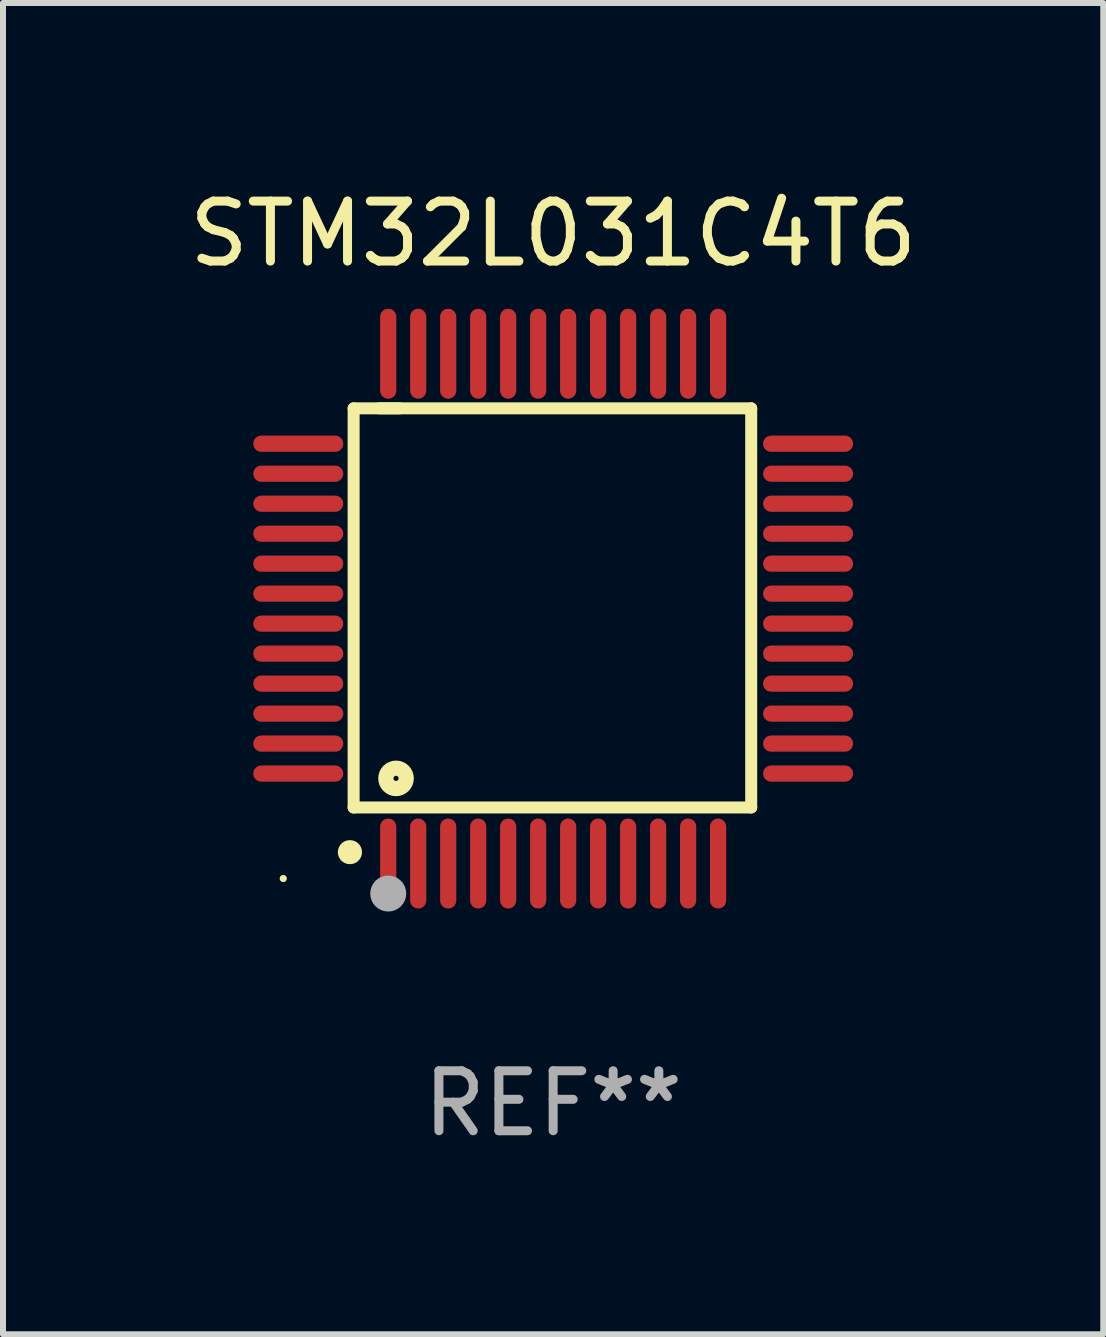
<source format=kicad_pcb>
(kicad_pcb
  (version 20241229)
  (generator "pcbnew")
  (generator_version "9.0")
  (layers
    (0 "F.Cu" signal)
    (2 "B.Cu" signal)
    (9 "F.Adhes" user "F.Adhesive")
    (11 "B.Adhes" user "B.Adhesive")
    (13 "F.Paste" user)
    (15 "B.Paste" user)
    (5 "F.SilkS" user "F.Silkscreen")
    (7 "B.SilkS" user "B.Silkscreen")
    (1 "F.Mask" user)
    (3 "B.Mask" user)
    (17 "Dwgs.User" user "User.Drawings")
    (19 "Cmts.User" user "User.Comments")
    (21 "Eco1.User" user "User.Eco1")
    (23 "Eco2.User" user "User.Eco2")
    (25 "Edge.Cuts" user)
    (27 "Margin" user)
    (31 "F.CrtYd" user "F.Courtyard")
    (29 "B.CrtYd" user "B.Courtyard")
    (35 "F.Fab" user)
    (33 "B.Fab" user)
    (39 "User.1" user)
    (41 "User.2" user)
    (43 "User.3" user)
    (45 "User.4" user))
  (footprint "STM32L031C4T6"
    (layer "F.Cu")
    (at 6.173 7.098)
    (property "Reference" "STM32L031C4T6" (at 0 -6.25 0) (layer "F.SilkS") (effects (font (size 1 1) (thickness 0.15))))
    (attr through_hole)
    (fp_line (start -3.327 -3.34) (end -2.565 -3.34) (stroke (width 0.2) (type solid)) (layer "F.SilkS"))
    (fp_line (start -3.327 3.315) (end -3.327 -3.34) (stroke (width 0.2) (type solid)) (layer "F.SilkS"))
    (fp_line (start -2.896 -3.34) (end 3.302 -3.34) (stroke (width 0.2) (type solid)) (layer "F.SilkS"))
    (fp_line (start 3.302 -3.34) (end 3.302 3.315) (stroke (width 0.2) (type solid)) (layer "F.SilkS"))
    (fp_line (start 3.302 3.315) (end -3.327 3.315) (stroke (width 0.2) (type solid)) (layer "F.SilkS"))
    (fp_arc (start -3.389992 4.059995) (mid -3.388722 4.059991) (end -3.387452 4.059995) (stroke (width 0.4) (type solid)) (layer "F.SilkS"))
    (fp_circle (center -4.5 4.5) (end -4.47 4.5) (stroke (width 0.06) (type solid)) (fill no) (layer "F.SilkS"))
    (fp_circle (center -2.62 2.83) (end -2.45 2.83) (stroke (width 0.254) (type solid)) (fill no) (layer "F.SilkS"))
    (fp_circle (center -2.75 4.75) (end -2.6 4.75) (stroke (width 0.3) (type solid)) (fill no) (layer "F.Fab"))
    (fp_text user "REF**" (at 0 8.25 0) (layer "F.Fab") (effects (font (size 1 1) (thickness 0.15))))
    (pad "1" smd oval (at -2.75 4.25) (size 0.27 1.5) (layers "F.Cu" "F.Mask" "F.Paste"))
    (pad "2" smd oval (at -2.25 4.25) (size 0.27 1.5) (layers "F.Cu" "F.Mask" "F.Paste"))
    (pad "3" smd oval (at -1.75 4.25) (size 0.27 1.5) (layers "F.Cu" "F.Mask" "F.Paste"))
    (pad "4" smd oval (at -1.25 4.25) (size 0.27 1.5) (layers "F.Cu" "F.Mask" "F.Paste"))
    (pad "5" smd oval (at -0.75 4.25) (size 0.27 1.5) (layers "F.Cu" "F.Mask" "F.Paste"))
    (pad "6" smd oval (at -0.25 4.25) (size 0.27 1.5) (layers "F.Cu" "F.Mask" "F.Paste"))
    (pad "7" smd oval (at 0.25 4.25) (size 0.27 1.5) (layers "F.Cu" "F.Mask" "F.Paste"))
    (pad "8" smd oval (at 0.75 4.25) (size 0.27 1.5) (layers "F.Cu" "F.Mask" "F.Paste"))
    (pad "9" smd oval (at 1.25 4.25) (size 0.27 1.5) (layers "F.Cu" "F.Mask" "F.Paste"))
    (pad "10" smd oval (at 1.75 4.25) (size 0.27 1.5) (layers "F.Cu" "F.Mask" "F.Paste"))
    (pad "11" smd oval (at 2.25 4.25) (size 0.27 1.5) (layers "F.Cu" "F.Mask" "F.Paste"))
    (pad "12" smd oval (at 2.75 4.25) (size 0.27 1.5) (layers "F.Cu" "F.Mask" "F.Paste"))
    (pad "13" smd oval (at 4.25 2.75) (size 1.5 0.27) (layers "F.Cu" "F.Mask" "F.Paste"))
    (pad "14" smd oval (at 4.25 2.25) (size 1.5 0.27) (layers "F.Cu" "F.Mask" "F.Paste"))
    (pad "15" smd oval (at 4.25 1.75) (size 1.5 0.27) (layers "F.Cu" "F.Mask" "F.Paste"))
    (pad "16" smd oval (at 4.25 1.25) (size 1.5 0.27) (layers "F.Cu" "F.Mask" "F.Paste"))
    (pad "17" smd oval (at 4.25 0.75) (size 1.5 0.27) (layers "F.Cu" "F.Mask" "F.Paste"))
    (pad "18" smd oval (at 4.25 0.25) (size 1.5 0.27) (layers "F.Cu" "F.Mask" "F.Paste"))
    (pad "19" smd oval (at 4.25 -0.25) (size 1.5 0.27) (layers "F.Cu" "F.Mask" "F.Paste"))
    (pad "20" smd oval (at 4.25 -0.75) (size 1.5 0.27) (layers "F.Cu" "F.Mask" "F.Paste"))
    (pad "21" smd oval (at 4.25 -1.25) (size 1.5 0.27) (layers "F.Cu" "F.Mask" "F.Paste"))
    (pad "22" smd oval (at 4.25 -1.75) (size 1.5 0.27) (layers "F.Cu" "F.Mask" "F.Paste"))
    (pad "23" smd oval (at 4.25 -2.25) (size 1.5 0.27) (layers "F.Cu" "F.Mask" "F.Paste"))
    (pad "24" smd oval (at 4.25 -2.75) (size 1.5 0.27) (layers "F.Cu" "F.Mask" "F.Paste"))
    (pad "25" smd oval (at 2.75 -4.25) (size 0.27 1.5) (layers "F.Cu" "F.Mask" "F.Paste"))
    (pad "26" smd oval (at 2.25 -4.25) (size 0.27 1.5) (layers "F.Cu" "F.Mask" "F.Paste"))
    (pad "27" smd oval (at 1.75 -4.25) (size 0.27 1.5) (layers "F.Cu" "F.Mask" "F.Paste"))
    (pad "28" smd oval (at 1.25 -4.25) (size 0.27 1.5) (layers "F.Cu" "F.Mask" "F.Paste"))
    (pad "29" smd oval (at 0.75 -4.25) (size 0.27 1.5) (layers "F.Cu" "F.Mask" "F.Paste"))
    (pad "30" smd oval (at 0.25 -4.25) (size 0.27 1.5) (layers "F.Cu" "F.Mask" "F.Paste"))
    (pad "31" smd oval (at -0.25 -4.25) (size 0.27 1.5) (layers "F.Cu" "F.Mask" "F.Paste"))
    (pad "32" smd oval (at -0.75 -4.25) (size 0.27 1.5) (layers "F.Cu" "F.Mask" "F.Paste"))
    (pad "33" smd oval (at -1.25 -4.25) (size 0.27 1.5) (layers "F.Cu" "F.Mask" "F.Paste"))
    (pad "34" smd oval (at -1.75 -4.25) (size 0.27 1.5) (layers "F.Cu" "F.Mask" "F.Paste"))
    (pad "35" smd oval (at -2.25 -4.25) (size 0.27 1.5) (layers "F.Cu" "F.Mask" "F.Paste"))
    (pad "36" smd oval (at -2.75 -4.25) (size 0.27 1.5) (layers "F.Cu" "F.Mask" "F.Paste"))
    (pad "37" smd oval (at -4.25 -2.75) (size 1.5 0.27) (layers "F.Cu" "F.Mask" "F.Paste"))
    (pad "38" smd oval (at -4.25 -2.25) (size 1.5 0.27) (layers "F.Cu" "F.Mask" "F.Paste"))
    (pad "39" smd oval (at -4.25 -1.75) (size 1.5 0.27) (layers "F.Cu" "F.Mask" "F.Paste"))
    (pad "40" smd oval (at -4.25 -1.25) (size 1.5 0.27) (layers "F.Cu" "F.Mask" "F.Paste"))
    (pad "41" smd oval (at -4.25 -0.75) (size 1.5 0.27) (layers "F.Cu" "F.Mask" "F.Paste"))
    (pad "42" smd oval (at -4.25 -0.25) (size 1.5 0.27) (layers "F.Cu" "F.Mask" "F.Paste"))
    (pad "43" smd oval (at -4.25 0.25) (size 1.5 0.27) (layers "F.Cu" "F.Mask" "F.Paste"))
    (pad "44" smd oval (at -4.25 0.75) (size 1.5 0.27) (layers "F.Cu" "F.Mask" "F.Paste"))
    (pad "45" smd oval (at -4.25 1.25) (size 1.5 0.27) (layers "F.Cu" "F.Mask" "F.Paste"))
    (pad "46" smd oval (at -4.25 1.75) (size 1.5 0.27) (layers "F.Cu" "F.Mask" "F.Paste"))
    (pad "47" smd oval (at -4.25 2.25) (size 1.5 0.27) (layers "F.Cu" "F.Mask" "F.Paste"))
    (pad "48" smd oval (at -4.25 2.75) (size 1.5 0.27) (layers "F.Cu" "F.Mask" "F.Paste")))
  (gr_rect
    (start -3 -3)
    (end 15.345 19.196)
    (stroke (width 0.1) (type default))
    (fill no)
    (layer "Edge.Cuts")))
</source>
